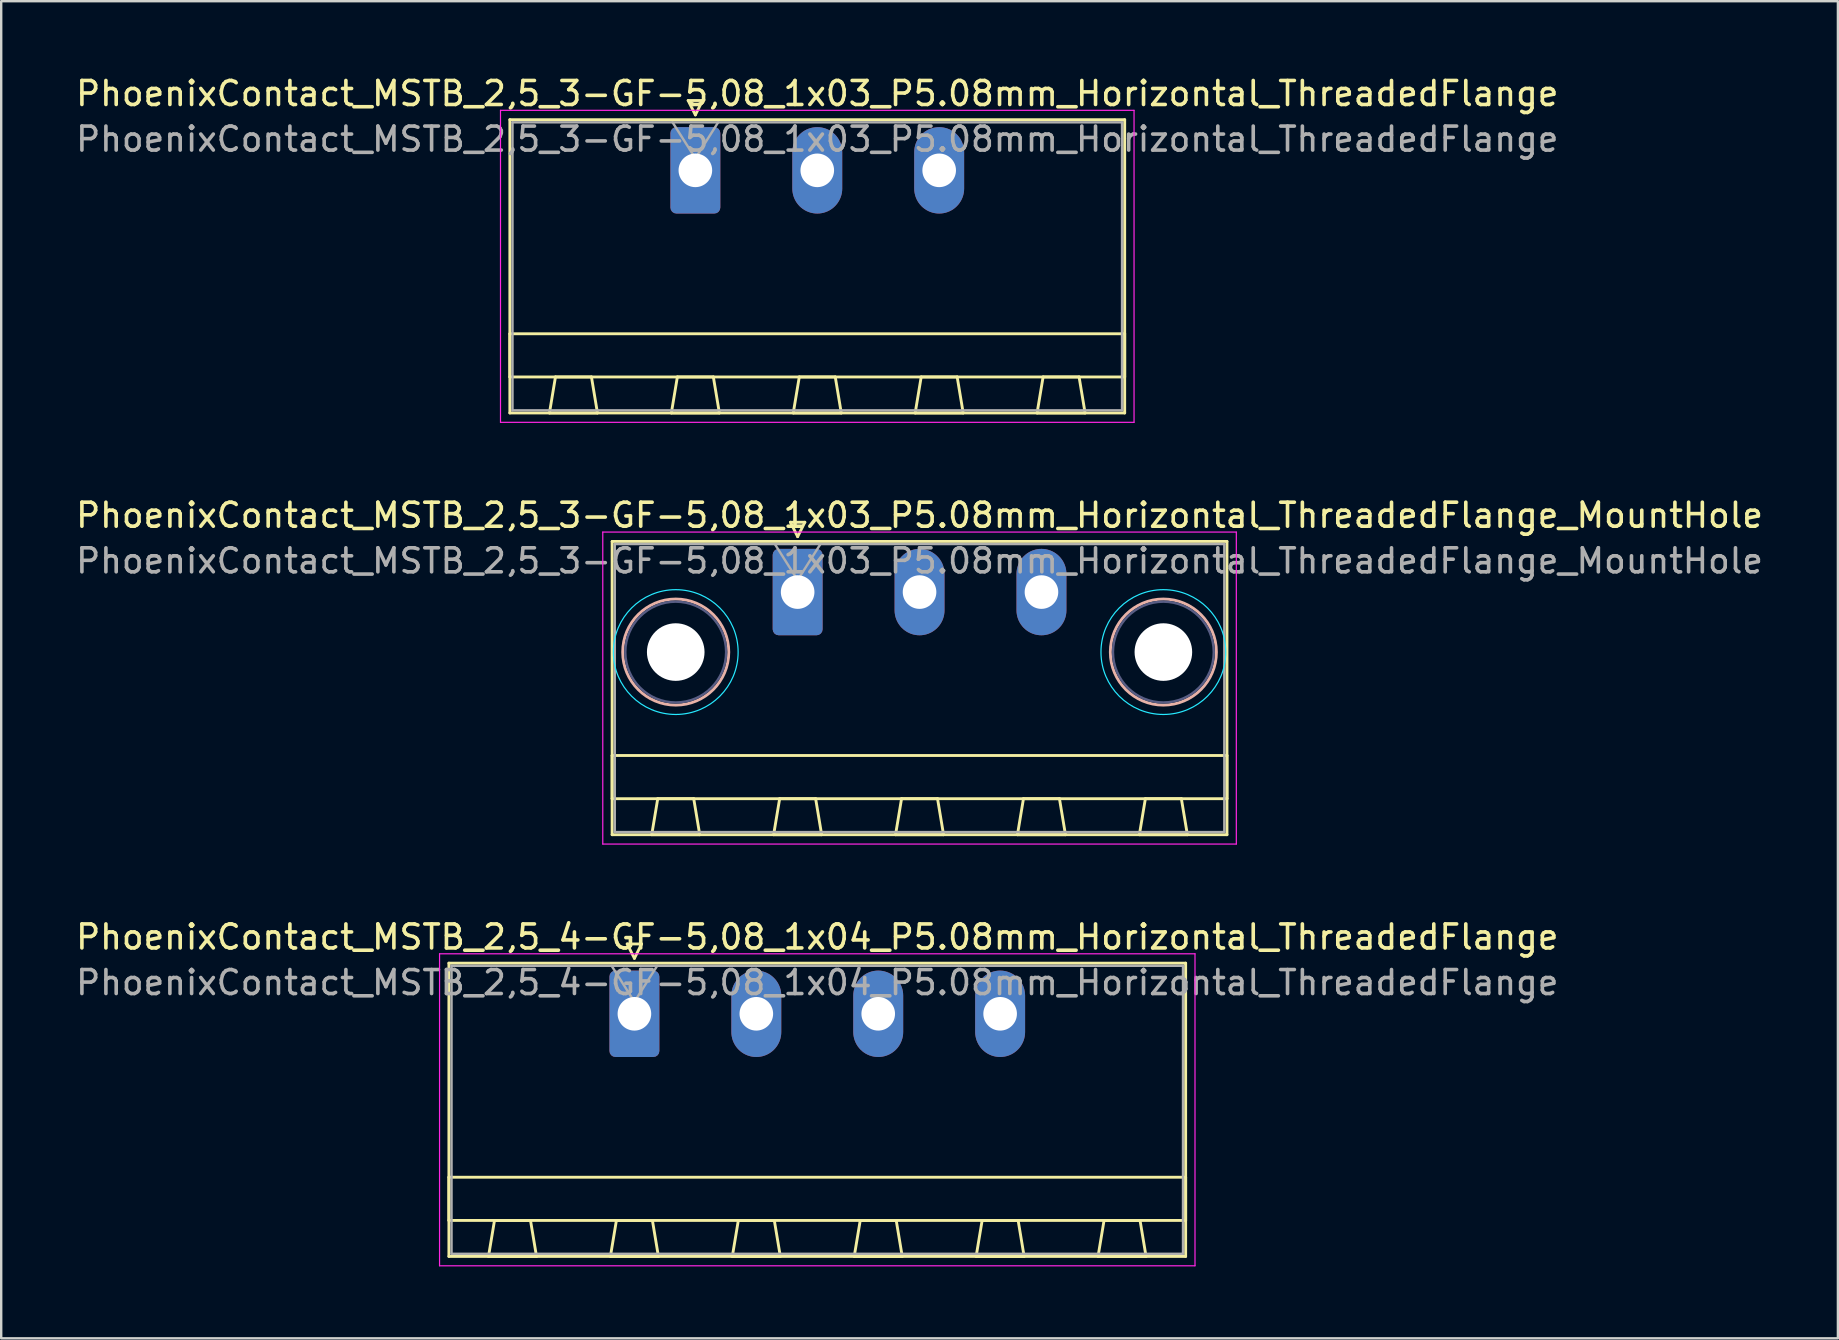
<source format=kicad_pcb>
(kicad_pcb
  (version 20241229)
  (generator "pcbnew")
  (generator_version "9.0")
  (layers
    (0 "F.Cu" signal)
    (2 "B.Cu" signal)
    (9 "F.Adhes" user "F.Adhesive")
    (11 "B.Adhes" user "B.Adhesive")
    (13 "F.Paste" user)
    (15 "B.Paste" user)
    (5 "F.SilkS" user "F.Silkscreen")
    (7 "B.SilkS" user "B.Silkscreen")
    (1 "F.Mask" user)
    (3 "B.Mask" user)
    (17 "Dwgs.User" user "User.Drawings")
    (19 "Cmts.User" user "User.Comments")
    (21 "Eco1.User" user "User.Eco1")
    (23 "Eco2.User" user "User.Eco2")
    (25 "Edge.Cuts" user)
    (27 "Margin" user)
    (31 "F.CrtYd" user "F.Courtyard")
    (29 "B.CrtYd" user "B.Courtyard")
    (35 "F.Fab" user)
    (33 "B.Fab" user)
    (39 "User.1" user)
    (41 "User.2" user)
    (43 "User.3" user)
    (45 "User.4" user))
  (footprint "PhoenixContact_MSTB_2,5_4-GF-5,08_1x04_P5.08mm_Horizontal_ThreadedFlange"
    (layer "F.Cu")
    (at 23.386 39.195)
    (property "Reference" "PhoenixContact_MSTB_2,5_4-GF-5,08_1x04_P5.08mm_Horizontal_ThreadedFlange" (at 7.62 -3.2 0) (layer "F.SilkS") (effects (font (size 1 1) (thickness 0.15))))
    (attr through_hole)
    (fp_line (start -7.73 -2.11) (end -7.73 10.11) (stroke (width 0.12) (type solid)) (layer "F.SilkS"))
    (fp_line (start -7.73 6.81) (end 22.97 6.81) (stroke (width 0.12) (type solid)) (layer "F.SilkS"))
    (fp_line (start -7.73 8.61) (end -7.73 6.81) (stroke (width 0.12) (type solid)) (layer "F.SilkS"))
    (fp_line (start -7.73 10.11) (end 22.97 10.11) (stroke (width 0.12) (type solid)) (layer "F.SilkS"))
    (fp_line (start -6.08 10.11) (end -4.08 10.11) (stroke (width 0.12) (type solid)) (layer "F.SilkS"))
    (fp_line (start -5.83 8.61) (end -6.08 10.11) (stroke (width 0.12) (type solid)) (layer "F.SilkS"))
    (fp_line (start -4.33 8.61) (end -5.83 8.61) (stroke (width 0.12) (type solid)) (layer "F.SilkS"))
    (fp_line (start -4.08 10.11) (end -4.33 8.61) (stroke (width 0.12) (type solid)) (layer "F.SilkS"))
    (fp_line (start -1 10.11) (end 1 10.11) (stroke (width 0.12) (type solid)) (layer "F.SilkS"))
    (fp_line (start -0.75 8.61) (end -1 10.11) (stroke (width 0.12) (type solid)) (layer "F.SilkS"))
    (fp_line (start -0.3 -2.91) (end 0.3 -2.91) (stroke (width 0.12) (type solid)) (layer "F.SilkS"))
    (fp_line (start 0 -2.31) (end -0.3 -2.91) (stroke (width 0.12) (type solid)) (layer "F.SilkS"))
    (fp_line (start 0.3 -2.91) (end 0 -2.31) (stroke (width 0.12) (type solid)) (layer "F.SilkS"))
    (fp_line (start 0.75 8.61) (end -0.75 8.61) (stroke (width 0.12) (type solid)) (layer "F.SilkS"))
    (fp_line (start 1 10.11) (end 0.75 8.61) (stroke (width 0.12) (type solid)) (layer "F.SilkS"))
    (fp_line (start 4.08 10.11) (end 6.08 10.11) (stroke (width 0.12) (type solid)) (layer "F.SilkS"))
    (fp_line (start 4.33 8.61) (end 4.08 10.11) (stroke (width 0.12) (type solid)) (layer "F.SilkS"))
    (fp_line (start 5.83 8.61) (end 4.33 8.61) (stroke (width 0.12) (type solid)) (layer "F.SilkS"))
    (fp_line (start 6.08 10.11) (end 5.83 8.61) (stroke (width 0.12) (type solid)) (layer "F.SilkS"))
    (fp_line (start 9.16 10.11) (end 11.16 10.11) (stroke (width 0.12) (type solid)) (layer "F.SilkS"))
    (fp_line (start 9.41 8.61) (end 9.16 10.11) (stroke (width 0.12) (type solid)) (layer "F.SilkS"))
    (fp_line (start 10.91 8.61) (end 9.41 8.61) (stroke (width 0.12) (type solid)) (layer "F.SilkS"))
    (fp_line (start 11.16 10.11) (end 10.91 8.61) (stroke (width 0.12) (type solid)) (layer "F.SilkS"))
    (fp_line (start 14.24 10.11) (end 16.24 10.11) (stroke (width 0.12) (type solid)) (layer "F.SilkS"))
    (fp_line (start 14.49 8.61) (end 14.24 10.11) (stroke (width 0.12) (type solid)) (layer "F.SilkS"))
    (fp_line (start 15.99 8.61) (end 14.49 8.61) (stroke (width 0.12) (type solid)) (layer "F.SilkS"))
    (fp_line (start 16.24 10.11) (end 15.99 8.61) (stroke (width 0.12) (type solid)) (layer "F.SilkS"))
    (fp_line (start 19.32 10.11) (end 21.32 10.11) (stroke (width 0.12) (type solid)) (layer "F.SilkS"))
    (fp_line (start 19.57 8.61) (end 19.32 10.11) (stroke (width 0.12) (type solid)) (layer "F.SilkS"))
    (fp_line (start 21.07 8.61) (end 19.57 8.61) (stroke (width 0.12) (type solid)) (layer "F.SilkS"))
    (fp_line (start 21.32 10.11) (end 21.07 8.61) (stroke (width 0.12) (type solid)) (layer "F.SilkS"))
    (fp_line (start 22.97 -2.11) (end -7.73 -2.11) (stroke (width 0.12) (type solid)) (layer "F.SilkS"))
    (fp_line (start 22.97 6.81) (end 22.97 8.61) (stroke (width 0.12) (type solid)) (layer "F.SilkS"))
    (fp_line (start 22.97 8.61) (end -7.73 8.61) (stroke (width 0.12) (type solid)) (layer "F.SilkS"))
    (fp_line (start 22.97 10.11) (end 22.97 -2.11) (stroke (width 0.12) (type solid)) (layer "F.SilkS"))
    (fp_line (start -8.12 -2.5) (end -8.12 10.5) (stroke (width 0.05) (type solid)) (layer "F.CrtYd"))
    (fp_line (start -8.12 10.5) (end 23.36 10.5) (stroke (width 0.05) (type solid)) (layer "F.CrtYd"))
    (fp_line (start 23.36 -2.5) (end -8.12 -2.5) (stroke (width 0.05) (type solid)) (layer "F.CrtYd"))
    (fp_line (start 23.36 10.5) (end 23.36 -2.5) (stroke (width 0.05) (type solid)) (layer "F.CrtYd"))
    (fp_line (start -7.62 -2) (end -7.62 10) (stroke (width 0.1) (type solid)) (layer "F.Fab"))
    (fp_line (start -7.62 10) (end 22.86 10) (stroke (width 0.1) (type solid)) (layer "F.Fab"))
    (fp_line (start 0 -0.5) (end -0.95 -2) (stroke (width 0.1) (type solid)) (layer "F.Fab"))
    (fp_line (start 0.95 -2) (end 0 -0.5) (stroke (width 0.1) (type solid)) (layer "F.Fab"))
    (fp_line (start 22.86 -2) (end -7.62 -2) (stroke (width 0.1) (type solid)) (layer "F.Fab"))
    (fp_line (start 22.86 10) (end 22.86 -2) (stroke (width 0.1) (type solid)) (layer "F.Fab"))
    (fp_text user "${REFERENCE}" (at 7.62 -1.3 0) (layer "F.Fab") (effects (font (size 1 1) (thickness 0.15))))
    (pad "1" thru_hole roundrect (at 0 0) (size 2.08 3.6) (drill 1.4) (layers "*.Cu" "*.Mask") (roundrect_rratio 0.12))
    (pad "2" thru_hole oval (at 5.08 0) (size 2.08 3.6) (drill 1.4) (layers "*.Cu" "*.Mask"))
    (pad "3" thru_hole oval (at 10.16 0) (size 2.08 3.6) (drill 1.4) (layers "*.Cu" "*.Mask"))
    (pad "4" thru_hole oval (at 15.24 0) (size 2.08 3.6) (drill 1.4) (layers "*.Cu" "*.Mask")))
  (footprint "PhoenixContact_MSTB_2,5_3-GF-5,08_1x03_P5.08mm_Horizontal_ThreadedFlange"
    (layer "F.Cu")
    (at 25.926 4.048)
    (property "Reference" "PhoenixContact_MSTB_2,5_3-GF-5,08_1x03_P5.08mm_Horizontal_ThreadedFlange" (at 5.08 -3.2 0) (layer "F.SilkS") (effects (font (size 1 1) (thickness 0.15))))
    (attr through_hole)
    (fp_line (start -7.73 -2.11) (end -7.73 10.11) (stroke (width 0.12) (type solid)) (layer "F.SilkS"))
    (fp_line (start -7.73 6.81) (end 17.89 6.81) (stroke (width 0.12) (type solid)) (layer "F.SilkS"))
    (fp_line (start -7.73 8.61) (end -7.73 6.81) (stroke (width 0.12) (type solid)) (layer "F.SilkS"))
    (fp_line (start -7.73 10.11) (end 17.89 10.11) (stroke (width 0.12) (type solid)) (layer "F.SilkS"))
    (fp_line (start -6.08 10.11) (end -4.08 10.11) (stroke (width 0.12) (type solid)) (layer "F.SilkS"))
    (fp_line (start -5.83 8.61) (end -6.08 10.11) (stroke (width 0.12) (type solid)) (layer "F.SilkS"))
    (fp_line (start -4.33 8.61) (end -5.83 8.61) (stroke (width 0.12) (type solid)) (layer "F.SilkS"))
    (fp_line (start -4.08 10.11) (end -4.33 8.61) (stroke (width 0.12) (type solid)) (layer "F.SilkS"))
    (fp_line (start -1 10.11) (end 1 10.11) (stroke (width 0.12) (type solid)) (layer "F.SilkS"))
    (fp_line (start -0.75 8.61) (end -1 10.11) (stroke (width 0.12) (type solid)) (layer "F.SilkS"))
    (fp_line (start -0.3 -2.91) (end 0.3 -2.91) (stroke (width 0.12) (type solid)) (layer "F.SilkS"))
    (fp_line (start 0 -2.31) (end -0.3 -2.91) (stroke (width 0.12) (type solid)) (layer "F.SilkS"))
    (fp_line (start 0.3 -2.91) (end 0 -2.31) (stroke (width 0.12) (type solid)) (layer "F.SilkS"))
    (fp_line (start 0.75 8.61) (end -0.75 8.61) (stroke (width 0.12) (type solid)) (layer "F.SilkS"))
    (fp_line (start 1 10.11) (end 0.75 8.61) (stroke (width 0.12) (type solid)) (layer "F.SilkS"))
    (fp_line (start 4.08 10.11) (end 6.08 10.11) (stroke (width 0.12) (type solid)) (layer "F.SilkS"))
    (fp_line (start 4.33 8.61) (end 4.08 10.11) (stroke (width 0.12) (type solid)) (layer "F.SilkS"))
    (fp_line (start 5.83 8.61) (end 4.33 8.61) (stroke (width 0.12) (type solid)) (layer "F.SilkS"))
    (fp_line (start 6.08 10.11) (end 5.83 8.61) (stroke (width 0.12) (type solid)) (layer "F.SilkS"))
    (fp_line (start 9.16 10.11) (end 11.16 10.11) (stroke (width 0.12) (type solid)) (layer "F.SilkS"))
    (fp_line (start 9.41 8.61) (end 9.16 10.11) (stroke (width 0.12) (type solid)) (layer "F.SilkS"))
    (fp_line (start 10.91 8.61) (end 9.41 8.61) (stroke (width 0.12) (type solid)) (layer "F.SilkS"))
    (fp_line (start 11.16 10.11) (end 10.91 8.61) (stroke (width 0.12) (type solid)) (layer "F.SilkS"))
    (fp_line (start 14.24 10.11) (end 16.24 10.11) (stroke (width 0.12) (type solid)) (layer "F.SilkS"))
    (fp_line (start 14.49 8.61) (end 14.24 10.11) (stroke (width 0.12) (type solid)) (layer "F.SilkS"))
    (fp_line (start 15.99 8.61) (end 14.49 8.61) (stroke (width 0.12) (type solid)) (layer "F.SilkS"))
    (fp_line (start 16.24 10.11) (end 15.99 8.61) (stroke (width 0.12) (type solid)) (layer "F.SilkS"))
    (fp_line (start 17.89 -2.11) (end -7.73 -2.11) (stroke (width 0.12) (type solid)) (layer "F.SilkS"))
    (fp_line (start 17.89 6.81) (end 17.89 8.61) (stroke (width 0.12) (type solid)) (layer "F.SilkS"))
    (fp_line (start 17.89 8.61) (end -7.73 8.61) (stroke (width 0.12) (type solid)) (layer "F.SilkS"))
    (fp_line (start 17.89 10.11) (end 17.89 -2.11) (stroke (width 0.12) (type solid)) (layer "F.SilkS"))
    (fp_line (start -8.12 -2.5) (end -8.12 10.5) (stroke (width 0.05) (type solid)) (layer "F.CrtYd"))
    (fp_line (start -8.12 10.5) (end 18.28 10.5) (stroke (width 0.05) (type solid)) (layer "F.CrtYd"))
    (fp_line (start 18.28 -2.5) (end -8.12 -2.5) (stroke (width 0.05) (type solid)) (layer "F.CrtYd"))
    (fp_line (start 18.28 10.5) (end 18.28 -2.5) (stroke (width 0.05) (type solid)) (layer "F.CrtYd"))
    (fp_line (start -7.62 -2) (end -7.62 10) (stroke (width 0.1) (type solid)) (layer "F.Fab"))
    (fp_line (start -7.62 10) (end 17.78 10) (stroke (width 0.1) (type solid)) (layer "F.Fab"))
    (fp_line (start 0 -0.5) (end -0.95 -2) (stroke (width 0.1) (type solid)) (layer "F.Fab"))
    (fp_line (start 0.95 -2) (end 0 -0.5) (stroke (width 0.1) (type solid)) (layer "F.Fab"))
    (fp_line (start 17.78 -2) (end -7.62 -2) (stroke (width 0.1) (type solid)) (layer "F.Fab"))
    (fp_line (start 17.78 10) (end 17.78 -2) (stroke (width 0.1) (type solid)) (layer "F.Fab"))
    (fp_text user "${REFERENCE}" (at 5.08 -1.3 0) (layer "F.Fab") (effects (font (size 1 1) (thickness 0.15))))
    (pad "1" thru_hole roundrect (at 0 0) (size 2.08 3.6) (drill 1.4) (layers "*.Cu" "*.Mask") (roundrect_rratio 0.12))
    (pad "2" thru_hole oval (at 5.08 0) (size 2.08 3.6) (drill 1.4) (layers "*.Cu" "*.Mask"))
    (pad "3" thru_hole oval (at 10.16 0) (size 2.08 3.6) (drill 1.4) (layers "*.Cu" "*.Mask")))
  (footprint "PhoenixContact_MSTB_2,5_3-GF-5,08_1x03_P5.08mm_Horizontal_ThreadedFlange_MountHole"
    (layer "F.Cu")
    (at 30.188 21.622)
    (property "Reference" "PhoenixContact_MSTB_2,5_3-GF-5,08_1x03_P5.08mm_Horizontal_ThreadedFlange_MountHole" (at 5.08 -3.2 0) (layer "F.SilkS") (effects (font (size 1 1) (thickness 0.15))))
    (attr through_hole)
    (fp_line (start -7.73 -2.11) (end -7.73 10.11) (stroke (width 0.12) (type solid)) (layer "F.SilkS"))
    (fp_line (start -7.73 6.81) (end 17.89 6.81) (stroke (width 0.12) (type solid)) (layer "F.SilkS"))
    (fp_line (start -7.73 8.61) (end -7.73 6.81) (stroke (width 0.12) (type solid)) (layer "F.SilkS"))
    (fp_line (start -7.73 10.11) (end 17.89 10.11) (stroke (width 0.12) (type solid)) (layer "F.SilkS"))
    (fp_line (start -6.08 10.11) (end -4.08 10.11) (stroke (width 0.12) (type solid)) (layer "F.SilkS"))
    (fp_line (start -5.83 8.61) (end -6.08 10.11) (stroke (width 0.12) (type solid)) (layer "F.SilkS"))
    (fp_line (start -4.33 8.61) (end -5.83 8.61) (stroke (width 0.12) (type solid)) (layer "F.SilkS"))
    (fp_line (start -4.08 10.11) (end -4.33 8.61) (stroke (width 0.12) (type solid)) (layer "F.SilkS"))
    (fp_line (start -1 10.11) (end 1 10.11) (stroke (width 0.12) (type solid)) (layer "F.SilkS"))
    (fp_line (start -0.75 8.61) (end -1 10.11) (stroke (width 0.12) (type solid)) (layer "F.SilkS"))
    (fp_line (start -0.3 -2.91) (end 0.3 -2.91) (stroke (width 0.12) (type solid)) (layer "F.SilkS"))
    (fp_line (start 0 -2.31) (end -0.3 -2.91) (stroke (width 0.12) (type solid)) (layer "F.SilkS"))
    (fp_line (start 0.3 -2.91) (end 0 -2.31) (stroke (width 0.12) (type solid)) (layer "F.SilkS"))
    (fp_line (start 0.75 8.61) (end -0.75 8.61) (stroke (width 0.12) (type solid)) (layer "F.SilkS"))
    (fp_line (start 1 10.11) (end 0.75 8.61) (stroke (width 0.12) (type solid)) (layer "F.SilkS"))
    (fp_line (start 4.08 10.11) (end 6.08 10.11) (stroke (width 0.12) (type solid)) (layer "F.SilkS"))
    (fp_line (start 4.33 8.61) (end 4.08 10.11) (stroke (width 0.12) (type solid)) (layer "F.SilkS"))
    (fp_line (start 5.83 8.61) (end 4.33 8.61) (stroke (width 0.12) (type solid)) (layer "F.SilkS"))
    (fp_line (start 6.08 10.11) (end 5.83 8.61) (stroke (width 0.12) (type solid)) (layer "F.SilkS"))
    (fp_line (start 9.16 10.11) (end 11.16 10.11) (stroke (width 0.12) (type solid)) (layer "F.SilkS"))
    (fp_line (start 9.41 8.61) (end 9.16 10.11) (stroke (width 0.12) (type solid)) (layer "F.SilkS"))
    (fp_line (start 10.91 8.61) (end 9.41 8.61) (stroke (width 0.12) (type solid)) (layer "F.SilkS"))
    (fp_line (start 11.16 10.11) (end 10.91 8.61) (stroke (width 0.12) (type solid)) (layer "F.SilkS"))
    (fp_line (start 14.24 10.11) (end 16.24 10.11) (stroke (width 0.12) (type solid)) (layer "F.SilkS"))
    (fp_line (start 14.49 8.61) (end 14.24 10.11) (stroke (width 0.12) (type solid)) (layer "F.SilkS"))
    (fp_line (start 15.99 8.61) (end 14.49 8.61) (stroke (width 0.12) (type solid)) (layer "F.SilkS"))
    (fp_line (start 16.24 10.11) (end 15.99 8.61) (stroke (width 0.12) (type solid)) (layer "F.SilkS"))
    (fp_line (start 17.89 -2.11) (end -7.73 -2.11) (stroke (width 0.12) (type solid)) (layer "F.SilkS"))
    (fp_line (start 17.89 6.81) (end 17.89 8.61) (stroke (width 0.12) (type solid)) (layer "F.SilkS"))
    (fp_line (start 17.89 8.61) (end -7.73 8.61) (stroke (width 0.12) (type solid)) (layer "F.SilkS"))
    (fp_line (start 17.89 10.11) (end 17.89 -2.11) (stroke (width 0.12) (type solid)) (layer "F.SilkS"))
    (fp_circle (center -5.08 2.5) (end -2.87 2.5) (stroke (width 0.12) (type solid)) (fill no) (layer "B.SilkS"))
    (fp_circle (center 15.24 2.5) (end 17.45 2.5) (stroke (width 0.12) (type solid)) (fill no) (layer "B.SilkS"))
    (fp_circle (center -5.08 2.5) (end -2.48 2.5) (stroke (width 0.05) (type solid)) (fill no) (layer "B.CrtYd"))
    (fp_circle (center 15.24 2.5) (end 17.84 2.5) (stroke (width 0.05) (type solid)) (fill no) (layer "B.CrtYd"))
    (fp_line (start -8.12 -2.5) (end -8.12 10.5) (stroke (width 0.05) (type solid)) (layer "F.CrtYd"))
    (fp_line (start -8.12 10.5) (end 18.28 10.5) (stroke (width 0.05) (type solid)) (layer "F.CrtYd"))
    (fp_line (start 18.28 -2.5) (end -8.12 -2.5) (stroke (width 0.05) (type solid)) (layer "F.CrtYd"))
    (fp_line (start 18.28 10.5) (end 18.28 -2.5) (stroke (width 0.05) (type solid)) (layer "F.CrtYd"))
    (fp_circle (center -5.08 2.5) (end -2.98 2.5) (stroke (width 0.1) (type solid)) (fill no) (layer "B.Fab"))
    (fp_circle (center 15.24 2.5) (end 17.34 2.5) (stroke (width 0.1) (type solid)) (fill no) (layer "B.Fab"))
    (fp_line (start -7.62 -2) (end -7.62 10) (stroke (width 0.1) (type solid)) (layer "F.Fab"))
    (fp_line (start -7.62 10) (end 17.78 10) (stroke (width 0.1) (type solid)) (layer "F.Fab"))
    (fp_line (start 0 -0.5) (end -0.95 -2) (stroke (width 0.1) (type solid)) (layer "F.Fab"))
    (fp_line (start 0.95 -2) (end 0 -0.5) (stroke (width 0.1) (type solid)) (layer "F.Fab"))
    (fp_line (start 17.78 -2) (end -7.62 -2) (stroke (width 0.1) (type solid)) (layer "F.Fab"))
    (fp_line (start 17.78 10) (end 17.78 -2) (stroke (width 0.1) (type solid)) (layer "F.Fab"))
    (fp_text user "${REFERENCE}" (at 5.08 -1.3 0) (layer "F.Fab") (effects (font (size 1 1) (thickness 0.15))))
    (pad "" np_thru_hole circle (at -5.08 2.5) (size 2.4 2.4) (drill 2.4) (layers "*.Cu" "*.Mask"))
    (pad "" np_thru_hole circle (at 15.24 2.5) (size 2.4 2.4) (drill 2.4) (layers "*.Cu" "*.Mask"))
    (pad "1" thru_hole roundrect (at 0 0) (size 2.08 3.6) (drill 1.4) (layers "*.Cu" "*.Mask") (roundrect_rratio 0.12))
    (pad "2" thru_hole oval (at 5.08 0) (size 2.08 3.6) (drill 1.4) (layers "*.Cu" "*.Mask"))
    (pad "3" thru_hole oval (at 10.16 0) (size 2.08 3.6) (drill 1.4) (layers "*.Cu" "*.Mask")))
  (gr_rect
    (start -3 -3)
    (end 73.536 52.72)
    (stroke (width 0.1) (type default))
    (fill no)
    (layer "Edge.Cuts")))
</source>
